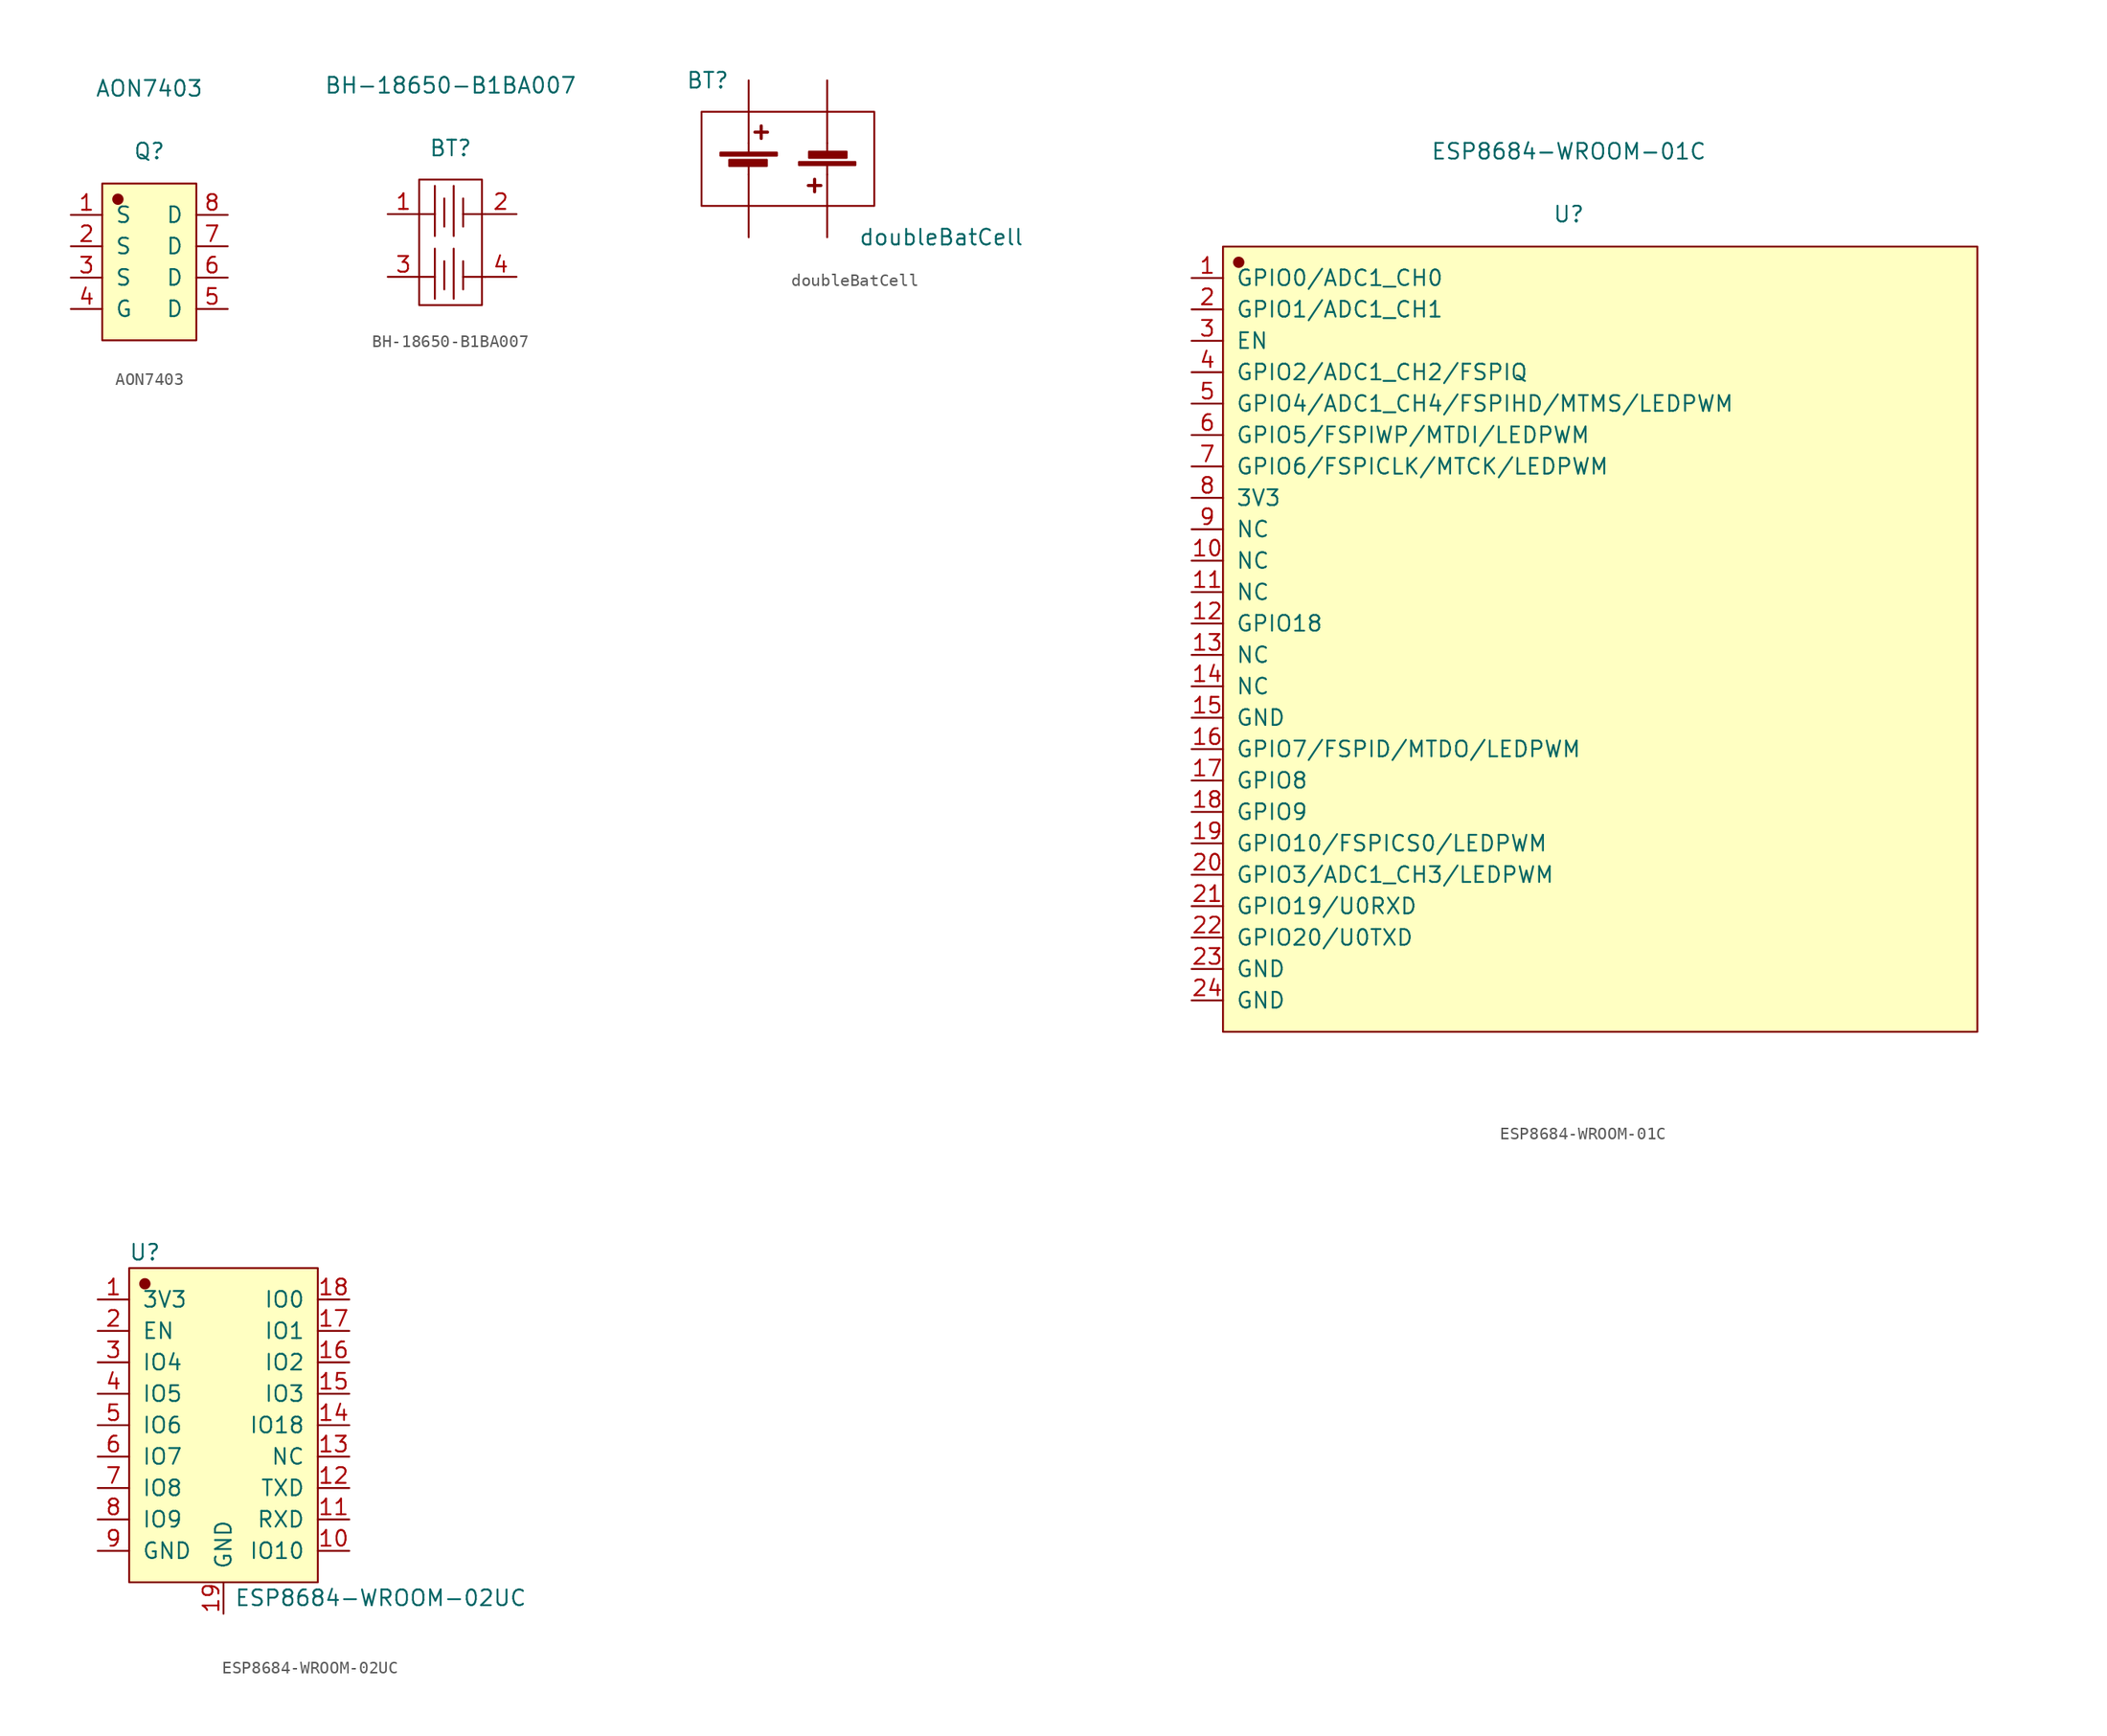
<source format=kicad_sym>
(kicad_symbol_lib
  (version 20231120)
  (generator "kicad_symbol_editor")
  (generator_version "8.0")
  (symbol "AON7403"
    (pin_names
      (offset 1.016))
    (property "Reference" "Q"
      (at 0 8.966 0)
      (effects (font (size 1.27 1.27))))
    (property "Value" "AON7403"
      (at 0 14.046 0)
      (effects (font (size 1.27 1.27))))
    (symbol "AON7403_1_1"
      (rectangle (start -3.81 6.35) (end 3.81 -6.35) (stroke (width 0.152) (type solid)) (fill (type background)))
      (circle (center -2.54 5.08) (radius 0.381) (stroke (width 0.152) (type solid)) (fill (type outline)))
      (pin input line (at -6.35 3.81 0) (length 2.54) (name "S" (effects (font (size 1.27 1.27)))) (number "1" (effects (font (size 1.27 1.27)))))
      (pin input line (at -6.35 1.27 0) (length 2.54) (name "S" (effects (font (size 1.27 1.27)))) (number "2" (effects (font (size 1.27 1.27)))))
      (pin input line (at -6.35 -1.27 0) (length 2.54) (name "S" (effects (font (size 1.27 1.27)))) (number "3" (effects (font (size 1.27 1.27)))))
      (pin input line (at -6.35 -3.81 0) (length 2.54) (name "G" (effects (font (size 1.27 1.27)))) (number "4" (effects (font (size 1.27 1.27)))))
      (pin input line (at 6.35 -3.81 180) (length 2.54) (name "D" (effects (font (size 1.27 1.27)))) (number "5" (effects (font (size 1.27 1.27)))))
      (pin input line (at 6.35 -1.27 180) (length 2.54) (name "D" (effects (font (size 1.27 1.27)))) (number "6" (effects (font (size 1.27 1.27)))))
      (pin input line (at 6.35 1.27 180) (length 2.54) (name "D" (effects (font (size 1.27 1.27)))) (number "7" (effects (font (size 1.27 1.27)))))
      (pin input line (at 6.35 3.81 180) (length 2.54) (name "D" (effects (font (size 1.27 1.27)))) (number "8" (effects (font (size 1.27 1.27)))))))
  (symbol "BH-18650-B1BA007"
    (pin_names
      (offset 1.016) hide)
    (property "Reference" "BT"
      (at 0 7.874 0)
      (effects (font (size 1.27 1.27))))
    (property "Value" "BH-18650-B1BA007"
      (at 0 12.954 0)
      (effects (font (size 1.27 1.27))))
    (symbol "BH-18650-B1BA007_1_1"
      (polyline (pts (xy -2.54 -2.54) (xy -1.27 -2.54)) (stroke (width 0.152) (type solid)) (fill (type none)))
      (polyline (pts (xy -2.54 2.54) (xy -1.27 2.54)) (stroke (width 0.152) (type solid)) (fill (type none)))
      (polyline (pts (xy -1.27 -0.254) (xy -1.27 -4.318)) (stroke (width 0.152) (type solid)) (fill (type none)))
      (polyline (pts (xy -1.27 4.826) (xy -1.27 0.762)) (stroke (width 0.152) (type solid)) (fill (type none)))
      (polyline (pts (xy -0.508 -1.27) (xy -0.508 -3.556)) (stroke (width 0.152) (type solid)) (fill (type none)))
      (polyline (pts (xy -0.508 3.81) (xy -0.508 1.524)) (stroke (width 0.152) (type solid)) (fill (type none)))
      (polyline (pts (xy 0.254 -0.254) (xy 0.254 -4.318)) (stroke (width 0.152) (type solid)) (fill (type none)))
      (polyline (pts (xy 0.254 4.826) (xy 0.254 0.762)) (stroke (width 0.152) (type solid)) (fill (type none)))
      (polyline (pts (xy 1.016 -1.27) (xy 1.016 -3.556)) (stroke (width 0.152) (type solid)) (fill (type none)))
      (polyline (pts (xy 1.016 3.81) (xy 1.016 1.524)) (stroke (width 0.152) (type solid)) (fill (type none)))
      (polyline (pts (xy 2.794 -2.54) (xy 1.016 -2.54)) (stroke (width 0.152) (type solid)) (fill (type none)))
      (polyline (pts (xy 2.794 2.54) (xy 1.016 2.54)) (stroke (width 0.152) (type solid)) (fill (type none)))
      (polyline (pts (xy -2.54 -3.556) (xy -2.54 5.334) (xy 2.54 5.334) (xy 2.54 -3.556) (xy 2.54 -4.826) (xy -2.54 -4.826) (xy -2.54 -3.556) (xy -2.54 -3.556)) (stroke (width 0.152) (type solid)) (fill (type none)))
      (pin input line (at -5.08 2.54 0) (length 2.54) (name "1" (effects (font (size 1.27 1.27)))) (number "1" (effects (font (size 1.27 1.27)))))
      (pin input line (at 5.334 2.54 180) (length 2.54) (name "2" (effects (font (size 1.27 1.27)))) (number "2" (effects (font (size 1.27 1.27)))))
      (pin input line (at -5.08 -2.54 0) (length 2.54) (name "3" (effects (font (size 1.27 1.27)))) (number "3" (effects (font (size 1.27 1.27)))))
      (pin input line (at 5.334 -2.54 180) (length 2.54) (name "4" (effects (font (size 1.27 1.27)))) (number "4" (effects (font (size 1.27 1.27)))))))
  (symbol "doubleBatCell"
    (pin_numbers hide)
    (pin_names
      (offset 0) hide)
    (property "Reference" "BT"
      (at -7.62 6.35 0)
      (effects (font (size 1.27 1.27)) (justify left)))
    (property "Value" "doubleBatCell"
      (at 6.35 -6.35 0)
      (effects (font (size 1.27 1.27)) (justify left)))
    (symbol "doubleBatCell_0_1"
      (rectangle (start -6.35 3.81) (end 7.62 -3.81) (stroke (width 0) (type default)) (fill (type none)))
      (rectangle (start -4.826 0.508) (end -0.254 0.254) (stroke (width 0) (type default)) (fill (type outline)))
      (rectangle (start -4.115 -0.076) (end -1.067 -0.584) (stroke (width 0) (type default)) (fill (type outline)))
      (polyline (pts (xy -2.54 -1.27) (xy -2.54 -3.81)) (stroke (width 0) (type default)) (fill (type none)))
      (polyline (pts (xy -2.54 -0.508) (xy -2.54 -1.27)) (stroke (width 0) (type default)) (fill (type none)))
      (polyline (pts (xy -2.54 0.508) (xy -2.54 1.27)) (stroke (width 0) (type default)) (fill (type none)))
      (polyline (pts (xy -2.54 1.27) (xy -2.54 3.81)) (stroke (width 0) (type default)) (fill (type none)))
      (polyline (pts (xy -2.032 2.159) (xy -1.016 2.159)) (stroke (width 0.254) (type default)) (fill (type none)))
      (polyline (pts (xy -1.524 2.667) (xy -1.524 1.651)) (stroke (width 0.254) (type default)) (fill (type none)))
      (polyline (pts (xy 2.794 -2.667) (xy 2.794 -1.651)) (stroke (width 0.254) (type default)) (fill (type none)))
      (polyline (pts (xy 3.302 -2.159) (xy 2.286 -2.159)) (stroke (width 0.254) (type default)) (fill (type none)))
      (polyline (pts (xy 3.81 -1.27) (xy 3.81 -3.81)) (stroke (width 0) (type default)) (fill (type none)))
      (polyline (pts (xy 3.81 -0.508) (xy 3.81 -1.27)) (stroke (width 0) (type default)) (fill (type none)))
      (polyline (pts (xy 3.81 0.508) (xy 3.81 1.27)) (stroke (width 0) (type default)) (fill (type none)))
      (polyline (pts (xy 3.81 1.27) (xy 3.81 3.81)) (stroke (width 0) (type default)) (fill (type none)))
      (rectangle (start 5.385 0.076) (end 2.337 0.584) (stroke (width 0) (type default)) (fill (type outline)))
      (rectangle (start 6.096 -0.508) (end 1.524 -0.254) (stroke (width 0) (type default)) (fill (type outline))))
    (symbol "doubleBatCell_1_1"
      (pin passive line (at -2.54 6.35 270) (length 2.54) (name "+" (effects (font (size 1.27 1.27)))) (number "1" (effects (font (size 1.27 1.27)))))
      (pin passive line (at -2.54 -6.35 90) (length 2.54) (name "-" (effects (font (size 1.27 1.27)))) (number "2" (effects (font (size 1.27 1.27)))))
      (pin passive line (at 3.81 -6.35 90) (length 2.54) (name "+" (effects (font (size 1.27 1.27)))) (number "3" (effects (font (size 1.27 1.27)))))
      (pin passive line (at 3.81 6.35 270) (length 2.54) (name "-" (effects (font (size 1.27 1.27)))) (number "4" (effects (font (size 1.27 1.27)))))))
  (symbol "ESP8684-WROOM-01C"
    (pin_names
      (offset 1.016))
    (property "Reference" "U"
      (at 0 35.636 0)
      (effects (font (size 1.27 1.27))))
    (property "Value" "ESP8684-WROOM-01C"
      (at 0 40.716 0)
      (effects (font (size 1.27 1.27))))
    (symbol "ESP8684-WROOM-01C_1_1"
      (rectangle (start -27.94 33.02) (end 33.02 -30.48) (stroke (width 0.152) (type solid)) (fill (type background)))
      (circle (center -26.67 31.75) (radius 0.381) (stroke (width 0.152) (type solid)) (fill (type outline)))
      (pin input line (at -30.48 30.48 0) (length 2.54) (name "GPIO0/ADC1_CH0" (effects (font (size 1.27 1.27)))) (number "1" (effects (font (size 1.27 1.27)))))
      (pin input line (at -30.48 7.62 0) (length 2.54) (name "NC" (effects (font (size 1.27 1.27)))) (number "10" (effects (font (size 1.27 1.27)))))
      (pin input line (at -30.48 5.08 0) (length 2.54) (name "NC" (effects (font (size 1.27 1.27)))) (number "11" (effects (font (size 1.27 1.27)))))
      (pin input line (at -30.48 2.54 0) (length 2.54) (name "GPIO18" (effects (font (size 1.27 1.27)))) (number "12" (effects (font (size 1.27 1.27)))))
      (pin input line (at -30.48 0 0) (length 2.54) (name "NC" (effects (font (size 1.27 1.27)))) (number "13" (effects (font (size 1.27 1.27)))))
      (pin input line (at -30.48 -2.54 0) (length 2.54) (name "NC" (effects (font (size 1.27 1.27)))) (number "14" (effects (font (size 1.27 1.27)))))
      (pin input line (at -30.48 -5.08 0) (length 2.54) (name "GND" (effects (font (size 1.27 1.27)))) (number "15" (effects (font (size 1.27 1.27)))))
      (pin input line (at -30.48 -7.62 0) (length 2.54) (name "GPIO7/FSPID/MTDO/LEDPWM" (effects (font (size 1.27 1.27)))) (number "16" (effects (font (size 1.27 1.27)))))
      (pin input line (at -30.48 -10.16 0) (length 2.54) (name "GPIO8" (effects (font (size 1.27 1.27)))) (number "17" (effects (font (size 1.27 1.27)))))
      (pin input line (at -30.48 -12.7 0) (length 2.54) (name "GPIO9" (effects (font (size 1.27 1.27)))) (number "18" (effects (font (size 1.27 1.27)))))
      (pin input line (at -30.48 -15.24 0) (length 2.54) (name "GPIO10/FSPICS0/LEDPWM" (effects (font (size 1.27 1.27)))) (number "19" (effects (font (size 1.27 1.27)))))
      (pin input line (at -30.48 27.94 0) (length 2.54) (name "GPIO1/ADC1_CH1" (effects (font (size 1.27 1.27)))) (number "2" (effects (font (size 1.27 1.27)))))
      (pin input line (at -30.48 -17.78 0) (length 2.54) (name "GPIO3/ADC1_CH3/LEDPWM" (effects (font (size 1.27 1.27)))) (number "20" (effects (font (size 1.27 1.27)))))
      (pin input line (at -30.48 -20.32 0) (length 2.54) (name "GPIO19/U0RXD" (effects (font (size 1.27 1.27)))) (number "21" (effects (font (size 1.27 1.27)))))
      (pin input line (at -30.48 -22.86 0) (length 2.54) (name "GPIO20/U0TXD" (effects (font (size 1.27 1.27)))) (number "22" (effects (font (size 1.27 1.27)))))
      (pin input line (at -30.48 -25.4 0) (length 2.54) (name "GND" (effects (font (size 1.27 1.27)))) (number "23" (effects (font (size 1.27 1.27)))))
      (pin input line (at -30.48 -27.94 0) (length 2.54) (name "GND" (effects (font (size 1.27 1.27)))) (number "24" (effects (font (size 1.27 1.27)))))
      (pin input line (at -30.48 25.4 0) (length 2.54) (name "EN" (effects (font (size 1.27 1.27)))) (number "3" (effects (font (size 1.27 1.27)))))
      (pin input line (at -30.48 22.86 0) (length 2.54) (name "GPIO2/ADC1_CH2/FSPIQ" (effects (font (size 1.27 1.27)))) (number "4" (effects (font (size 1.27 1.27)))))
      (pin input line (at -30.48 20.32 0) (length 2.54) (name "GPIO4/ADC1_CH4/FSPIHD/MTMS/LEDPWM" (effects (font (size 1.27 1.27)))) (number "5" (effects (font (size 1.27 1.27)))))
      (pin input line (at -30.48 17.78 0) (length 2.54) (name "GPIO5/FSPIWP/MTDI/LEDPWM" (effects (font (size 1.27 1.27)))) (number "6" (effects (font (size 1.27 1.27)))))
      (pin input line (at -30.48 15.24 0) (length 2.54) (name "GPIO6/FSPICLK/MTCK/LEDPWM" (effects (font (size 1.27 1.27)))) (number "7" (effects (font (size 1.27 1.27)))))
      (pin input line (at -30.48 12.7 0) (length 2.54) (name "3V3" (effects (font (size 1.27 1.27)))) (number "8" (effects (font (size 1.27 1.27)))))
      (pin input line (at -30.48 10.16 0) (length 2.54) (name "NC" (effects (font (size 1.27 1.27)))) (number "9" (effects (font (size 1.27 1.27)))))))
  (symbol "ESP8684-WROOM-02UC"
    (pin_names
      (offset 1.016))
    (property "Reference" "U"
      (at -6.35 13.97 0)
      (effects (font (size 1.27 1.27))))
    (property "Value" "ESP8684-WROOM-02UC"
      (at 12.7 -13.97 0)
      (effects (font (size 1.27 1.27))))
    (symbol "ESP8684-WROOM-02UC_1_1"
      (rectangle (start -7.62 12.7) (end 7.62 -12.7) (stroke (width 0.152) (type solid)) (fill (type background)))
      (circle (center -6.35 11.43) (radius 0.381) (stroke (width 0.152) (type solid)) (fill (type outline)))
      (pin input line (at -10.16 10.16 0) (length 2.54) (name "3V3" (effects (font (size 1.27 1.27)))) (number "1" (effects (font (size 1.27 1.27)))))
      (pin input line (at 10.16 -10.16 180) (length 2.54) (name "IO10" (effects (font (size 1.27 1.27)))) (number "10" (effects (font (size 1.27 1.27)))))
      (pin input line (at 10.16 -7.62 180) (length 2.54) (name "RXD" (effects (font (size 1.27 1.27)))) (number "11" (effects (font (size 1.27 1.27)))))
      (pin input line (at 10.16 -5.08 180) (length 2.54) (name "TXD" (effects (font (size 1.27 1.27)))) (number "12" (effects (font (size 1.27 1.27)))))
      (pin input line (at 10.16 -2.54 180) (length 2.54) (name "NC" (effects (font (size 1.27 1.27)))) (number "13" (effects (font (size 1.27 1.27)))))
      (pin input line (at 10.16 0 180) (length 2.54) (name "IO18" (effects (font (size 1.27 1.27)))) (number "14" (effects (font (size 1.27 1.27)))))
      (pin input line (at 10.16 2.54 180) (length 2.54) (name "IO3" (effects (font (size 1.27 1.27)))) (number "15" (effects (font (size 1.27 1.27)))))
      (pin input line (at 10.16 5.08 180) (length 2.54) (name "IO2" (effects (font (size 1.27 1.27)))) (number "16" (effects (font (size 1.27 1.27)))))
      (pin input line (at 10.16 7.62 180) (length 2.54) (name "IO1" (effects (font (size 1.27 1.27)))) (number "17" (effects (font (size 1.27 1.27)))))
      (pin input line (at 10.16 10.16 180) (length 2.54) (name "IO0" (effects (font (size 1.27 1.27)))) (number "18" (effects (font (size 1.27 1.27)))))
      (pin input line (at 0 -15.24 90) (length 2.54) (name "GND" (effects (font (size 1.27 1.27)))) (number "19" (effects (font (size 1.27 1.27)))))
      (pin input line (at -10.16 7.62 0) (length 2.54) (name "EN" (effects (font (size 1.27 1.27)))) (number "2" (effects (font (size 1.27 1.27)))))
      (pin input line (at -10.16 5.08 0) (length 2.54) (name "IO4" (effects (font (size 1.27 1.27)))) (number "3" (effects (font (size 1.27 1.27)))))
      (pin input line (at -10.16 2.54 0) (length 2.54) (name "IO5" (effects (font (size 1.27 1.27)))) (number "4" (effects (font (size 1.27 1.27)))))
      (pin input line (at -10.16 0 0) (length 2.54) (name "IO6" (effects (font (size 1.27 1.27)))) (number "5" (effects (font (size 1.27 1.27)))))
      (pin input line (at -10.16 -2.54 0) (length 2.54) (name "IO7" (effects (font (size 1.27 1.27)))) (number "6" (effects (font (size 1.27 1.27)))))
      (pin input line (at -10.16 -5.08 0) (length 2.54) (name "IO8" (effects (font (size 1.27 1.27)))) (number "7" (effects (font (size 1.27 1.27)))))
      (pin input line (at -10.16 -7.62 0) (length 2.54) (name "IO9" (effects (font (size 1.27 1.27)))) (number "8" (effects (font (size 1.27 1.27)))))
      (pin input line (at -10.16 -10.16 0) (length 2.54) (name "GND" (effects (font (size 1.27 1.27)))) (number "9" (effects (font (size 1.27 1.27))))))))
</source>
